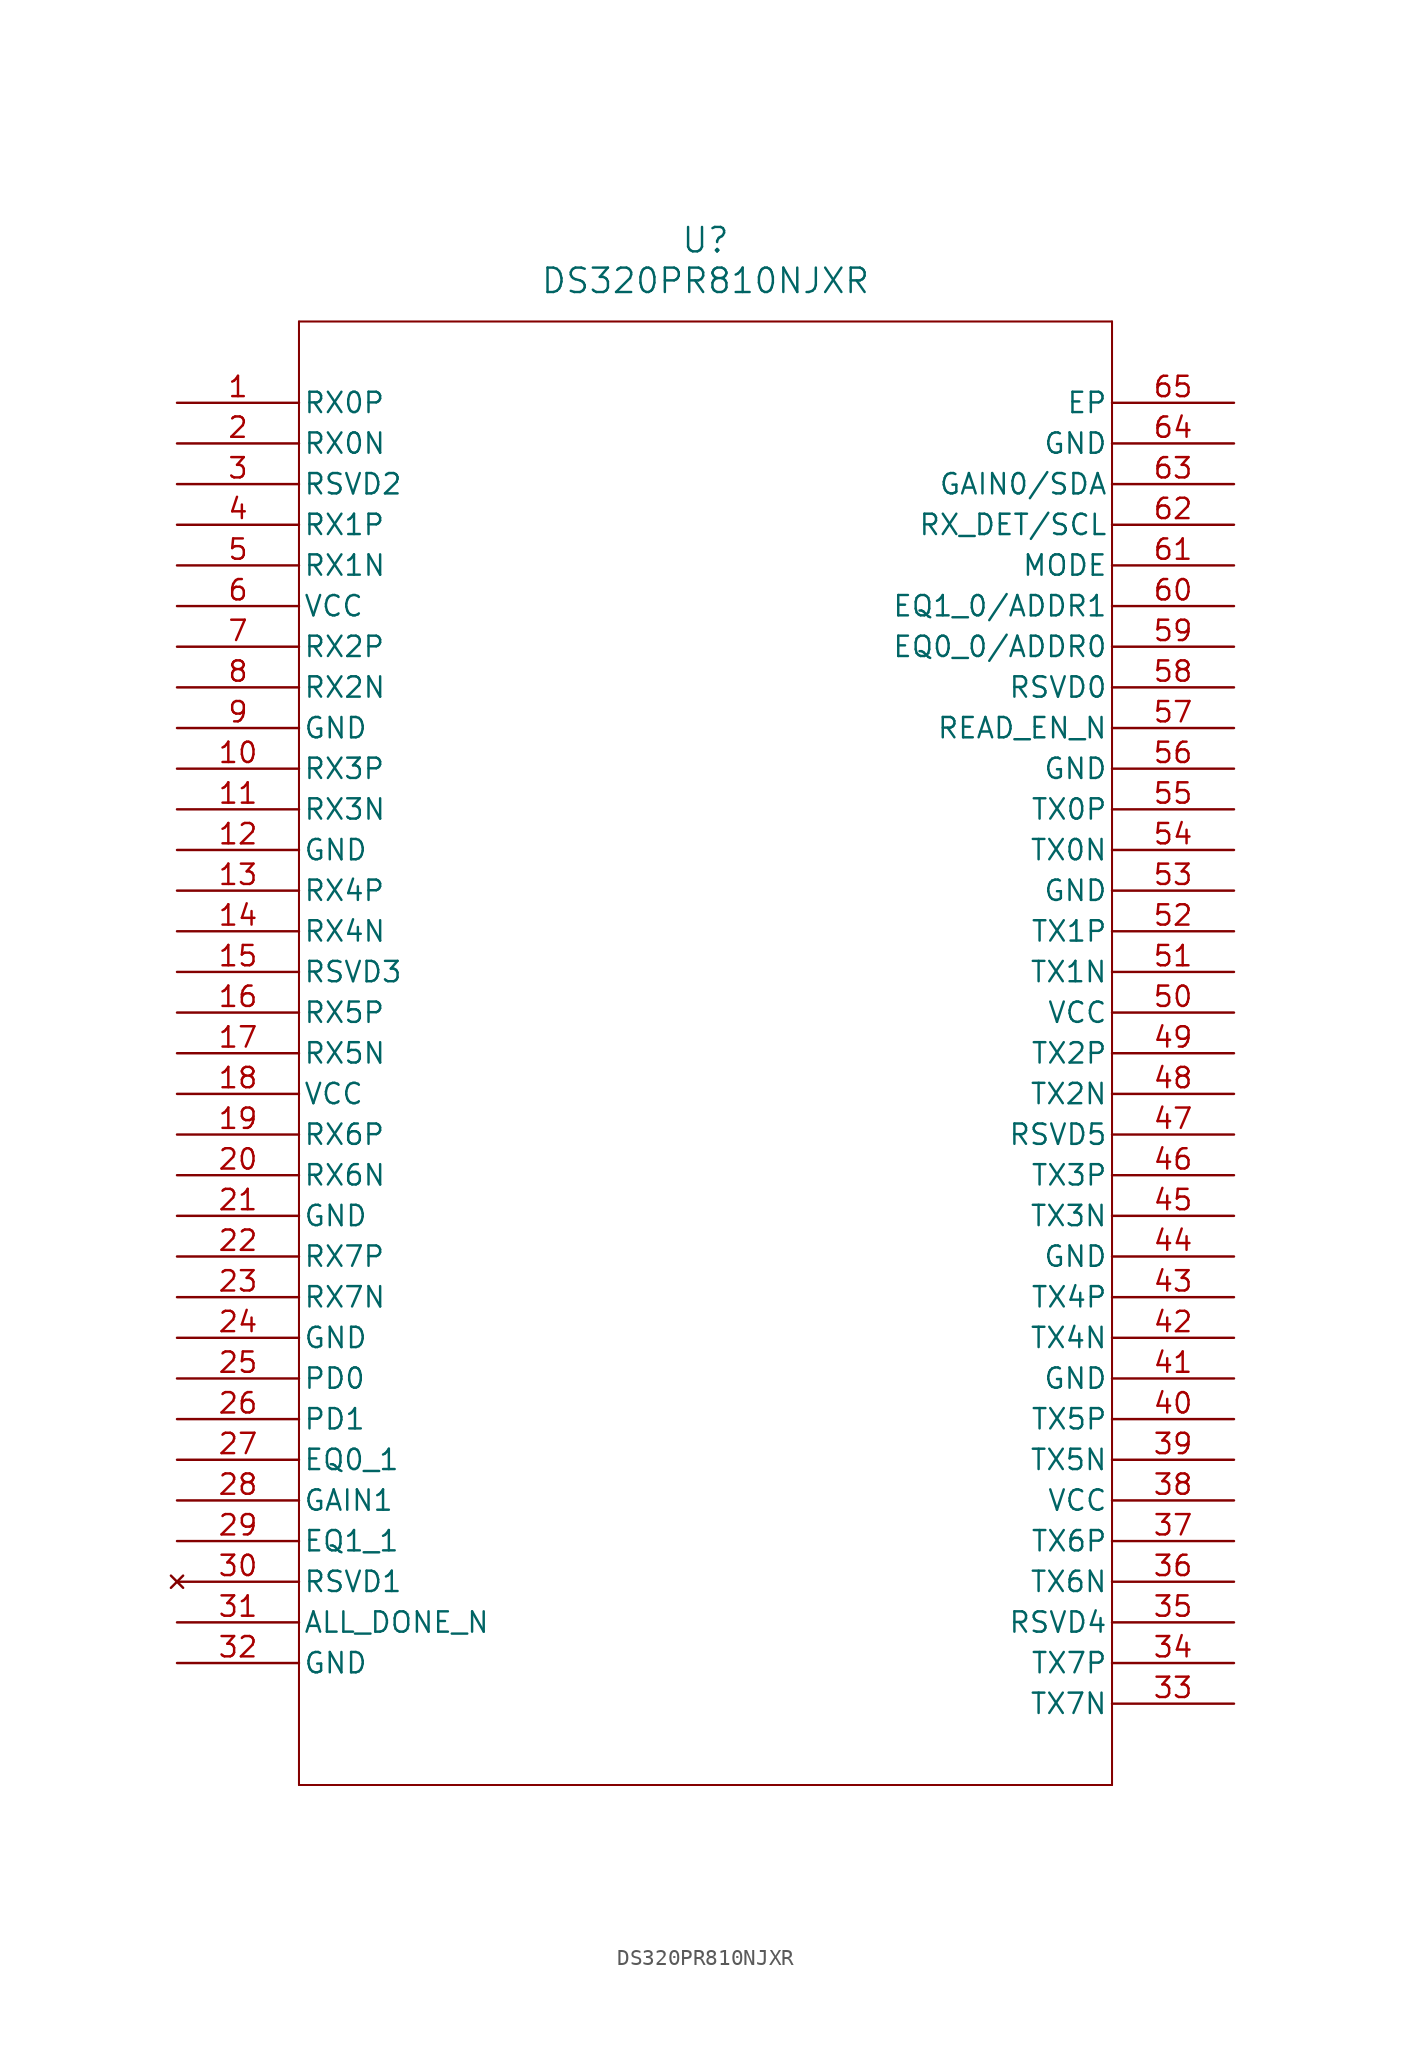
<source format=kicad_sym>
(kicad_symbol_lib
  (version 20241209)
  (generator "kicad_symbol_editor")
  (generator_version "9.0")
  (symbol "DS320PR810NJXR"
    (pin_names
      (offset 0.254))
    (property "Reference" "U"
      (at 0 52.07 0)
      (effects (font (size 1.524 1.524))))
    (property "Value" "DS320PR810NJXR"
      (at 0 49.53 0)
      (effects (font (size 1.524 1.524))))
    (symbol "DS320PR810NJXR_0_1"
      (polyline (pts (xy -25.4 46.99) (xy -25.4 -44.45)) (stroke (width 0.127) (type default)) (fill (type none)))
      (polyline (pts (xy -25.4 -44.45) (xy 25.4 -44.45)) (stroke (width 0.127) (type default)) (fill (type none)))
      (polyline (pts (xy 25.4 46.99) (xy -25.4 46.99)) (stroke (width 0.127) (type default)) (fill (type none)))
      (polyline (pts (xy 25.4 -44.45) (xy 25.4 46.99)) (stroke (width 0.127) (type default)) (fill (type none)))
      (pin input line (at -33.02 41.91 0) (length 7.62) (name "RX0P" (effects (font (size 1.27 1.27)))) (number "1" (effects (font (size 1.27 1.27)))))
      (pin input line (at -33.02 39.37 0) (length 7.62) (name "RX0N" (effects (font (size 1.27 1.27)))) (number "2" (effects (font (size 1.27 1.27)))))
      (pin unspecified line (at -33.02 36.83 0) (length 7.62) (name "RSVD2" (effects (font (size 1.27 1.27)))) (number "3" (effects (font (size 1.27 1.27)))))
      (pin input line (at -33.02 34.29 0) (length 7.62) (name "RX1P" (effects (font (size 1.27 1.27)))) (number "4" (effects (font (size 1.27 1.27)))))
      (pin input line (at -33.02 31.75 0) (length 7.62) (name "RX1N" (effects (font (size 1.27 1.27)))) (number "5" (effects (font (size 1.27 1.27)))))
      (pin power_in line (at -33.02 29.21 0) (length 7.62) (name "VCC" (effects (font (size 1.27 1.27)))) (number "6" (effects (font (size 1.27 1.27)))))
      (pin input line (at -33.02 26.67 0) (length 7.62) (name "RX2P" (effects (font (size 1.27 1.27)))) (number "7" (effects (font (size 1.27 1.27)))))
      (pin input line (at -33.02 24.13 0) (length 7.62) (name "RX2N" (effects (font (size 1.27 1.27)))) (number "8" (effects (font (size 1.27 1.27)))))
      (pin power_out line (at -33.02 21.59 0) (length 7.62) (name "GND" (effects (font (size 1.27 1.27)))) (number "9" (effects (font (size 1.27 1.27)))))
      (pin input line (at -33.02 19.05 0) (length 7.62) (name "RX3P" (effects (font (size 1.27 1.27)))) (number "10" (effects (font (size 1.27 1.27)))))
      (pin input line (at -33.02 16.51 0) (length 7.62) (name "RX3N" (effects (font (size 1.27 1.27)))) (number "11" (effects (font (size 1.27 1.27)))))
      (pin power_out line (at -33.02 13.97 0) (length 7.62) (name "GND" (effects (font (size 1.27 1.27)))) (number "12" (effects (font (size 1.27 1.27)))))
      (pin input line (at -33.02 11.43 0) (length 7.62) (name "RX4P" (effects (font (size 1.27 1.27)))) (number "13" (effects (font (size 1.27 1.27)))))
      (pin input line (at -33.02 8.89 0) (length 7.62) (name "RX4N" (effects (font (size 1.27 1.27)))) (number "14" (effects (font (size 1.27 1.27)))))
      (pin unspecified line (at -33.02 6.35 0) (length 7.62) (name "RSVD3" (effects (font (size 1.27 1.27)))) (number "15" (effects (font (size 1.27 1.27)))))
      (pin input line (at -33.02 3.81 0) (length 7.62) (name "RX5P" (effects (font (size 1.27 1.27)))) (number "16" (effects (font (size 1.27 1.27)))))
      (pin input line (at -33.02 1.27 0) (length 7.62) (name "RX5N" (effects (font (size 1.27 1.27)))) (number "17" (effects (font (size 1.27 1.27)))))
      (pin power_in line (at -33.02 -1.27 0) (length 7.62) (name "VCC" (effects (font (size 1.27 1.27)))) (number "18" (effects (font (size 1.27 1.27)))))
      (pin input line (at -33.02 -3.81 0) (length 7.62) (name "RX6P" (effects (font (size 1.27 1.27)))) (number "19" (effects (font (size 1.27 1.27)))))
      (pin input line (at -33.02 -6.35 0) (length 7.62) (name "RX6N" (effects (font (size 1.27 1.27)))) (number "20" (effects (font (size 1.27 1.27)))))
      (pin power_out line (at -33.02 -8.89 0) (length 7.62) (name "GND" (effects (font (size 1.27 1.27)))) (number "21" (effects (font (size 1.27 1.27)))))
      (pin input line (at -33.02 -11.43 0) (length 7.62) (name "RX7P" (effects (font (size 1.27 1.27)))) (number "22" (effects (font (size 1.27 1.27)))))
      (pin input line (at -33.02 -13.97 0) (length 7.62) (name "RX7N" (effects (font (size 1.27 1.27)))) (number "23" (effects (font (size 1.27 1.27)))))
      (pin power_out line (at -33.02 -16.51 0) (length 7.62) (name "GND" (effects (font (size 1.27 1.27)))) (number "24" (effects (font (size 1.27 1.27)))))
      (pin input line (at -33.02 -19.05 0) (length 7.62) (name "PD0" (effects (font (size 1.27 1.27)))) (number "25" (effects (font (size 1.27 1.27)))))
      (pin input line (at -33.02 -21.59 0) (length 7.62) (name "PD1" (effects (font (size 1.27 1.27)))) (number "26" (effects (font (size 1.27 1.27)))))
      (pin input line (at -33.02 -24.13 0) (length 7.62) (name "EQ0_1" (effects (font (size 1.27 1.27)))) (number "27" (effects (font (size 1.27 1.27)))))
      (pin input line (at -33.02 -26.67 0) (length 7.62) (name "GAIN1" (effects (font (size 1.27 1.27)))) (number "28" (effects (font (size 1.27 1.27)))))
      (pin input line (at -33.02 -29.21 0) (length 7.62) (name "EQ1_1" (effects (font (size 1.27 1.27)))) (number "29" (effects (font (size 1.27 1.27)))))
      (pin no_connect line (at -33.02 -31.75 0) (length 7.62) (name "RSVD1" (effects (font (size 1.27 1.27)))) (number "30" (effects (font (size 1.27 1.27)))))
      (pin output line (at -33.02 -34.29 0) (length 7.62) (name "ALL_DONE_N" (effects (font (size 1.27 1.27)))) (number "31" (effects (font (size 1.27 1.27)))))
      (pin power_out line (at -33.02 -36.83 0) (length 7.62) (name "GND" (effects (font (size 1.27 1.27)))) (number "32" (effects (font (size 1.27 1.27)))))
      (pin power_out line (at 33.02 41.91 180) (length 7.62) (name "EP" (effects (font (size 1.27 1.27)))) (number "65" (effects (font (size 1.27 1.27)))))
      (pin power_out line (at 33.02 39.37 180) (length 7.62) (name "GND" (effects (font (size 1.27 1.27)))) (number "64" (effects (font (size 1.27 1.27)))))
      (pin unspecified line (at 33.02 36.83 180) (length 7.62) (name "GAIN0/SDA" (effects (font (size 1.27 1.27)))) (number "63" (effects (font (size 1.27 1.27)))))
      (pin unspecified line (at 33.02 34.29 180) (length 7.62) (name "RX_DET/SCL" (effects (font (size 1.27 1.27)))) (number "62" (effects (font (size 1.27 1.27)))))
      (pin input line (at 33.02 31.75 180) (length 7.62) (name "MODE" (effects (font (size 1.27 1.27)))) (number "61" (effects (font (size 1.27 1.27)))))
      (pin input line (at 33.02 29.21 180) (length 7.62) (name "EQ1_0/ADDR1" (effects (font (size 1.27 1.27)))) (number "60" (effects (font (size 1.27 1.27)))))
      (pin input line (at 33.02 26.67 180) (length 7.62) (name "EQ0_0/ADDR0" (effects (font (size 1.27 1.27)))) (number "59" (effects (font (size 1.27 1.27)))))
      (pin input line (at 33.02 24.13 180) (length 7.62) (name "RSVD0" (effects (font (size 1.27 1.27)))) (number "58" (effects (font (size 1.27 1.27)))))
      (pin input line (at 33.02 21.59 180) (length 7.62) (name "READ_EN_N" (effects (font (size 1.27 1.27)))) (number "57" (effects (font (size 1.27 1.27)))))
      (pin power_out line (at 33.02 19.05 180) (length 7.62) (name "GND" (effects (font (size 1.27 1.27)))) (number "56" (effects (font (size 1.27 1.27)))))
      (pin output line (at 33.02 16.51 180) (length 7.62) (name "TX0P" (effects (font (size 1.27 1.27)))) (number "55" (effects (font (size 1.27 1.27)))))
      (pin output line (at 33.02 13.97 180) (length 7.62) (name "TX0N" (effects (font (size 1.27 1.27)))) (number "54" (effects (font (size 1.27 1.27)))))
      (pin power_out line (at 33.02 11.43 180) (length 7.62) (name "GND" (effects (font (size 1.27 1.27)))) (number "53" (effects (font (size 1.27 1.27)))))
      (pin output line (at 33.02 8.89 180) (length 7.62) (name "TX1P" (effects (font (size 1.27 1.27)))) (number "52" (effects (font (size 1.27 1.27)))))
      (pin output line (at 33.02 6.35 180) (length 7.62) (name "TX1N" (effects (font (size 1.27 1.27)))) (number "51" (effects (font (size 1.27 1.27)))))
      (pin power_in line (at 33.02 3.81 180) (length 7.62) (name "VCC" (effects (font (size 1.27 1.27)))) (number "50" (effects (font (size 1.27 1.27)))))
      (pin output line (at 33.02 1.27 180) (length 7.62) (name "TX2P" (effects (font (size 1.27 1.27)))) (number "49" (effects (font (size 1.27 1.27)))))
      (pin output line (at 33.02 -1.27 180) (length 7.62) (name "TX2N" (effects (font (size 1.27 1.27)))) (number "48" (effects (font (size 1.27 1.27)))))
      (pin unspecified line (at 33.02 -3.81 180) (length 7.62) (name "RSVD5" (effects (font (size 1.27 1.27)))) (number "47" (effects (font (size 1.27 1.27)))))
      (pin output line (at 33.02 -6.35 180) (length 7.62) (name "TX3P" (effects (font (size 1.27 1.27)))) (number "46" (effects (font (size 1.27 1.27)))))
      (pin output line (at 33.02 -8.89 180) (length 7.62) (name "TX3N" (effects (font (size 1.27 1.27)))) (number "45" (effects (font (size 1.27 1.27)))))
      (pin power_out line (at 33.02 -11.43 180) (length 7.62) (name "GND" (effects (font (size 1.27 1.27)))) (number "44" (effects (font (size 1.27 1.27)))))
      (pin output line (at 33.02 -13.97 180) (length 7.62) (name "TX4P" (effects (font (size 1.27 1.27)))) (number "43" (effects (font (size 1.27 1.27)))))
      (pin output line (at 33.02 -16.51 180) (length 7.62) (name "TX4N" (effects (font (size 1.27 1.27)))) (number "42" (effects (font (size 1.27 1.27)))))
      (pin power_out line (at 33.02 -19.05 180) (length 7.62) (name "GND" (effects (font (size 1.27 1.27)))) (number "41" (effects (font (size 1.27 1.27)))))
      (pin output line (at 33.02 -21.59 180) (length 7.62) (name "TX5P" (effects (font (size 1.27 1.27)))) (number "40" (effects (font (size 1.27 1.27)))))
      (pin output line (at 33.02 -24.13 180) (length 7.62) (name "TX5N" (effects (font (size 1.27 1.27)))) (number "39" (effects (font (size 1.27 1.27)))))
      (pin power_in line (at 33.02 -26.67 180) (length 7.62) (name "VCC" (effects (font (size 1.27 1.27)))) (number "38" (effects (font (size 1.27 1.27)))))
      (pin output line (at 33.02 -29.21 180) (length 7.62) (name "TX6P" (effects (font (size 1.27 1.27)))) (number "37" (effects (font (size 1.27 1.27)))))
      (pin output line (at 33.02 -31.75 180) (length 7.62) (name "TX6N" (effects (font (size 1.27 1.27)))) (number "36" (effects (font (size 1.27 1.27)))))
      (pin unspecified line (at 33.02 -34.29 180) (length 7.62) (name "RSVD4" (effects (font (size 1.27 1.27)))) (number "35" (effects (font (size 1.27 1.27)))))
      (pin output line (at 33.02 -36.83 180) (length 7.62) (name "TX7P" (effects (font (size 1.27 1.27)))) (number "34" (effects (font (size 1.27 1.27)))))
      (pin output line (at 33.02 -39.37 180) (length 7.62) (name "TX7N" (effects (font (size 1.27 1.27)))) (number "33" (effects (font (size 1.27 1.27))))))))
</source>
